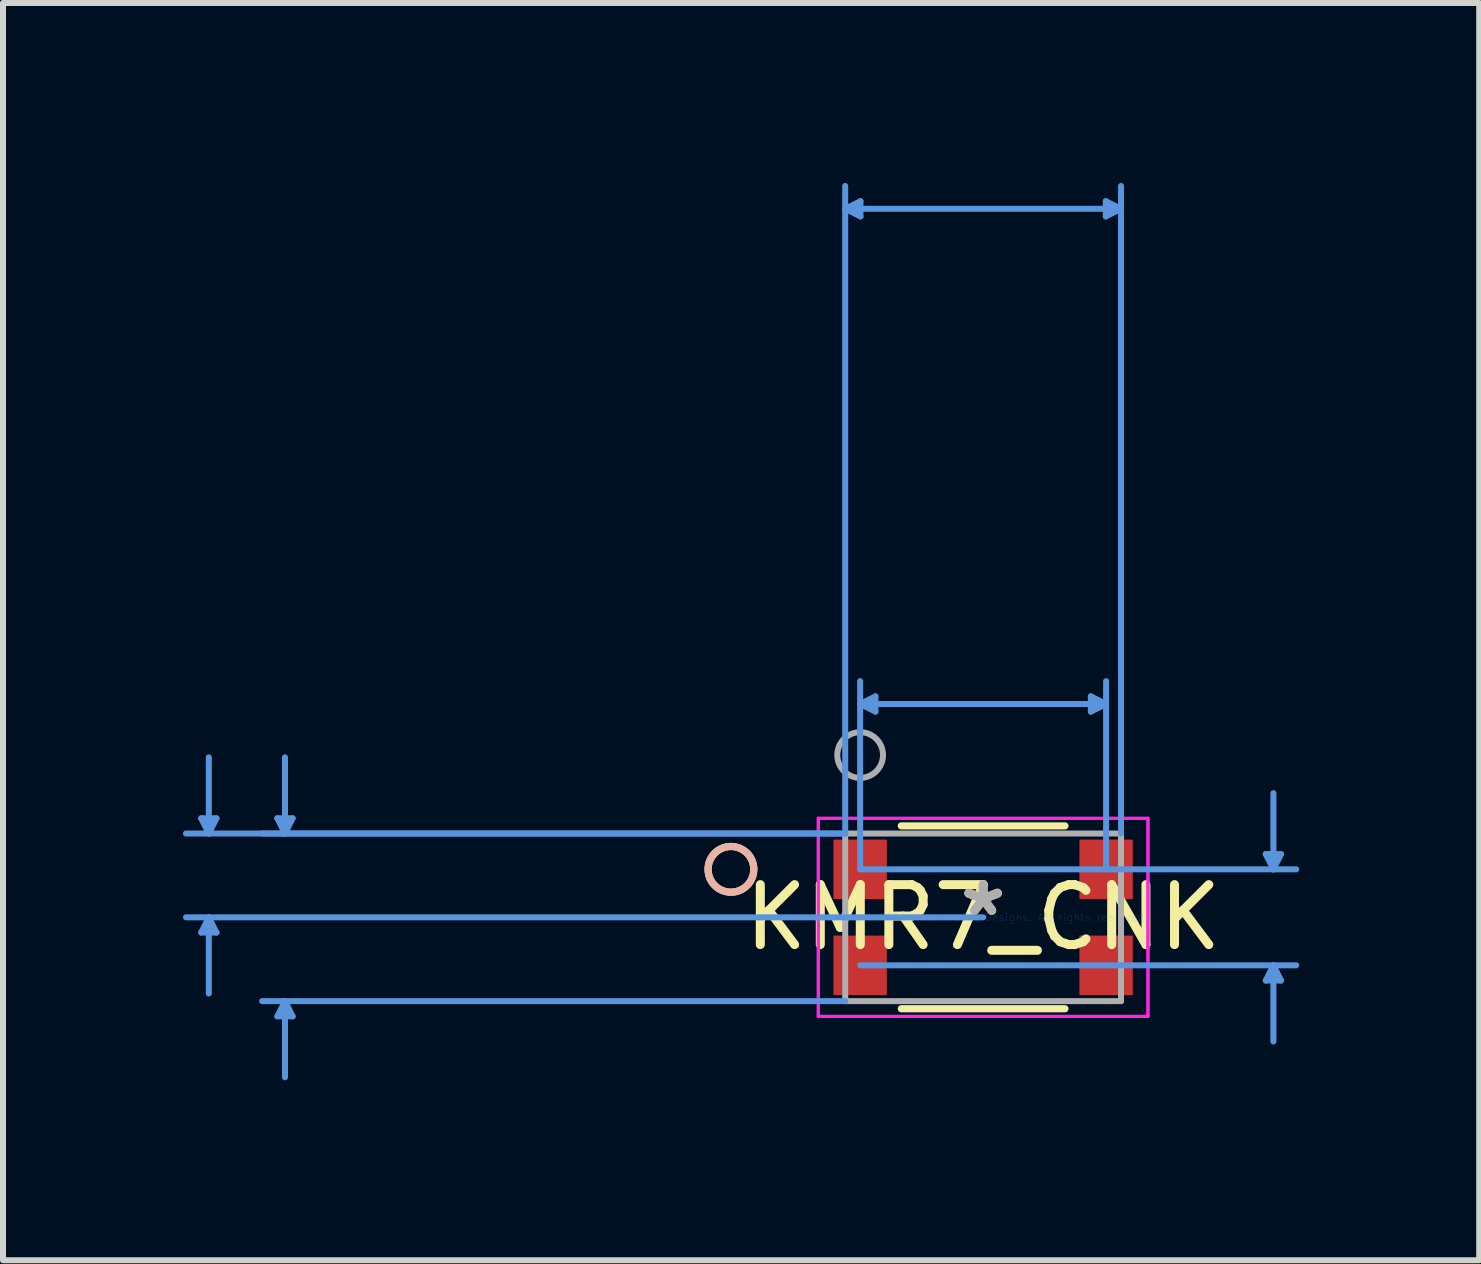
<source format=kicad_pcb>
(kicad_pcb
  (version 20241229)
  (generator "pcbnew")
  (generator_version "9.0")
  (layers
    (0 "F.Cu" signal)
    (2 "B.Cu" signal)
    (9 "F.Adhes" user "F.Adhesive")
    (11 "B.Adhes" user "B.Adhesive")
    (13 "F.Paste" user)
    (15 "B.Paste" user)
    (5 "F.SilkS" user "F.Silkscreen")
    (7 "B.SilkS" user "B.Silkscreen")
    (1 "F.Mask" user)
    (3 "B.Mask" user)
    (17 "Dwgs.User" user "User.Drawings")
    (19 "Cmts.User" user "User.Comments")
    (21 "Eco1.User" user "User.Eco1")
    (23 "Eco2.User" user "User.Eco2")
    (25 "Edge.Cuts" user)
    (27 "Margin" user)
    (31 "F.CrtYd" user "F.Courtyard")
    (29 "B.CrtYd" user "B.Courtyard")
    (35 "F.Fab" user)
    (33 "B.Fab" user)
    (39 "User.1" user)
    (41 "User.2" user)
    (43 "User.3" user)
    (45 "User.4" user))
  (footprint "KMR7_CNK"
    (layer "F.Cu")
    (at 13.339 12.242)
    (property "Reference" "KMR7_CNK" (at 0 0 0) (layer "F.SilkS") (effects (font (size 1 1) (thickness 0.15))))
    (attr through_hole)
    (fp_line (start -1.364 1.524) (end 1.364 1.524) (stroke (width 0.12) (type solid)) (layer "F.SilkS"))
    (fp_line (start 1.364 -1.524) (end -1.364 -1.524) (stroke (width 0.12) (type solid)) (layer "F.SilkS"))
    (fp_circle (center -4.204 -0.8) (end -3.823 -0.8) (stroke (width 0.12) (type solid)) (fill no) (layer "F.SilkS"))
    (fp_circle (center -4.204 -0.8) (end -3.823 -0.8) (stroke (width 0.12) (type solid)) (fill no) (layer "B.SilkS"))
    (fp_line (start -13.035 -1.651) (end -12.781 -1.651) (stroke (width 0.1) (type solid)) (layer "Cmts.User"))
    (fp_line (start -13.035 0.254) (end -12.781 0.254) (stroke (width 0.1) (type solid)) (layer "Cmts.User"))
    (fp_line (start -12.908 -1.397) (end -13.035 -1.651) (stroke (width 0.1) (type solid)) (layer "Cmts.User"))
    (fp_line (start -12.908 -1.397) (end -12.908 -2.667) (stroke (width 0.1) (type solid)) (layer "Cmts.User"))
    (fp_line (start -12.908 -1.397) (end -12.781 -1.651) (stroke (width 0.1) (type solid)) (layer "Cmts.User"))
    (fp_line (start -12.908 0) (end -13.035 0.254) (stroke (width 0.1) (type solid)) (layer "Cmts.User"))
    (fp_line (start -12.908 0) (end -12.908 1.27) (stroke (width 0.1) (type solid)) (layer "Cmts.User"))
    (fp_line (start -12.908 0) (end -12.781 0.254) (stroke (width 0.1) (type solid)) (layer "Cmts.User"))
    (fp_line (start -11.765 -1.651) (end -11.511 -1.651) (stroke (width 0.1) (type solid)) (layer "Cmts.User"))
    (fp_line (start -11.765 1.651) (end -11.511 1.651) (stroke (width 0.1) (type solid)) (layer "Cmts.User"))
    (fp_line (start -11.638 -1.397) (end -11.765 -1.651) (stroke (width 0.1) (type solid)) (layer "Cmts.User"))
    (fp_line (start -11.638 -1.397) (end -11.638 -2.667) (stroke (width 0.1) (type solid)) (layer "Cmts.User"))
    (fp_line (start -11.638 -1.397) (end -11.511 -1.651) (stroke (width 0.1) (type solid)) (layer "Cmts.User"))
    (fp_line (start -11.638 1.397) (end -11.765 1.651) (stroke (width 0.1) (type solid)) (layer "Cmts.User"))
    (fp_line (start -11.638 1.397) (end -11.638 2.667) (stroke (width 0.1) (type solid)) (layer "Cmts.User"))
    (fp_line (start -11.638 1.397) (end -11.511 1.651) (stroke (width 0.1) (type solid)) (layer "Cmts.User"))
    (fp_line (start -2.299 -11.811) (end -2.045 -11.938) (stroke (width 0.1) (type solid)) (layer "Cmts.User"))
    (fp_line (start -2.299 -11.811) (end -2.045 -11.684) (stroke (width 0.1) (type solid)) (layer "Cmts.User"))
    (fp_line (start -2.299 -11.811) (end 2.299 -11.811) (stroke (width 0.1) (type solid)) (layer "Cmts.User"))
    (fp_line (start -2.299 -1.397) (end -13.289 -1.397) (stroke (width 0.1) (type solid)) (layer "Cmts.User"))
    (fp_line (start -2.299 -1.397) (end -12.019 -1.397) (stroke (width 0.1) (type solid)) (layer "Cmts.User"))
    (fp_line (start -2.299 -1.397) (end -2.299 -12.192) (stroke (width 0.1) (type solid)) (layer "Cmts.User"))
    (fp_line (start -2.299 1.397) (end -12.019 1.397) (stroke (width 0.1) (type solid)) (layer "Cmts.User"))
    (fp_line (start -2.05 -3.556) (end -1.796 -3.683) (stroke (width 0.1) (type solid)) (layer "Cmts.User"))
    (fp_line (start -2.05 -3.556) (end -1.796 -3.429) (stroke (width 0.1) (type solid)) (layer "Cmts.User"))
    (fp_line (start -2.05 -3.556) (end 2.05 -3.556) (stroke (width 0.1) (type solid)) (layer "Cmts.User"))
    (fp_line (start -2.05 -0.8) (end -2.05 -3.937) (stroke (width 0.1) (type solid)) (layer "Cmts.User"))
    (fp_line (start -2.05 -0.8) (end 5.22 -0.8) (stroke (width 0.1) (type solid)) (layer "Cmts.User"))
    (fp_line (start -2.05 0.8) (end 5.22 0.8) (stroke (width 0.1) (type solid)) (layer "Cmts.User"))
    (fp_line (start -2.045 -11.938) (end -2.045 -11.684) (stroke (width 0.1) (type solid)) (layer "Cmts.User"))
    (fp_line (start -1.796 -3.683) (end -1.796 -3.429) (stroke (width 0.1) (type solid)) (layer "Cmts.User"))
    (fp_line (start 0 0) (end -13.289 0) (stroke (width 0.1) (type solid)) (layer "Cmts.User"))
    (fp_line (start 1.796 -3.683) (end 1.796 -3.429) (stroke (width 0.1) (type solid)) (layer "Cmts.User"))
    (fp_line (start 2.045 -11.938) (end 2.045 -11.684) (stroke (width 0.1) (type solid)) (layer "Cmts.User"))
    (fp_line (start 2.05 -3.556) (end 1.796 -3.683) (stroke (width 0.1) (type solid)) (layer "Cmts.User"))
    (fp_line (start 2.05 -3.556) (end 1.796 -3.429) (stroke (width 0.1) (type solid)) (layer "Cmts.User"))
    (fp_line (start 2.05 -0.8) (end 2.05 -3.937) (stroke (width 0.1) (type solid)) (layer "Cmts.User"))
    (fp_line (start 2.299 -11.811) (end 2.045 -11.938) (stroke (width 0.1) (type solid)) (layer "Cmts.User"))
    (fp_line (start 2.299 -11.811) (end 2.045 -11.684) (stroke (width 0.1) (type solid)) (layer "Cmts.User"))
    (fp_line (start 2.299 -1.397) (end 2.299 -12.192) (stroke (width 0.1) (type solid)) (layer "Cmts.User"))
    (fp_line (start 4.712 -1.054) (end 4.966 -1.054) (stroke (width 0.1) (type solid)) (layer "Cmts.User"))
    (fp_line (start 4.712 1.054) (end 4.966 1.054) (stroke (width 0.1) (type solid)) (layer "Cmts.User"))
    (fp_line (start 4.839 -0.8) (end 4.712 -1.054) (stroke (width 0.1) (type solid)) (layer "Cmts.User"))
    (fp_line (start 4.839 -0.8) (end 4.839 -2.07) (stroke (width 0.1) (type solid)) (layer "Cmts.User"))
    (fp_line (start 4.839 -0.8) (end 4.966 -1.054) (stroke (width 0.1) (type solid)) (layer "Cmts.User"))
    (fp_line (start 4.839 0.8) (end 4.712 1.054) (stroke (width 0.1) (type solid)) (layer "Cmts.User"))
    (fp_line (start 4.839 0.8) (end 4.839 2.07) (stroke (width 0.1) (type solid)) (layer "Cmts.User"))
    (fp_line (start 4.839 0.8) (end 4.966 1.054) (stroke (width 0.1) (type solid)) (layer "Cmts.User"))
    (fp_line (start -2.748 -1.651) (end -2.748 1.651) (stroke (width 0.05) (type solid)) (layer "F.CrtYd"))
    (fp_line (start -2.748 -1.651) (end -2.748 1.651) (stroke (width 0.05) (type solid)) (layer "F.CrtYd"))
    (fp_line (start -2.748 1.651) (end 2.748 1.651) (stroke (width 0.05) (type solid)) (layer "F.CrtYd"))
    (fp_line (start -2.748 1.651) (end 2.748 1.651) (stroke (width 0.05) (type solid)) (layer "F.CrtYd"))
    (fp_line (start 2.748 -1.651) (end -2.748 -1.651) (stroke (width 0.05) (type solid)) (layer "F.CrtYd"))
    (fp_line (start 2.748 -1.651) (end -2.748 -1.651) (stroke (width 0.05) (type solid)) (layer "F.CrtYd"))
    (fp_line (start 2.748 1.651) (end 2.748 -1.651) (stroke (width 0.05) (type solid)) (layer "F.CrtYd"))
    (fp_line (start 2.748 1.651) (end 2.748 -1.651) (stroke (width 0.05) (type solid)) (layer "F.CrtYd"))
    (fp_line (start -2.299 -1.397) (end -2.299 1.397) (stroke (width 0.1) (type solid)) (layer "F.Fab"))
    (fp_line (start -2.299 1.397) (end 2.299 1.397) (stroke (width 0.1) (type solid)) (layer "F.Fab"))
    (fp_line (start 2.299 -1.397) (end -2.299 -1.397) (stroke (width 0.1) (type solid)) (layer "F.Fab"))
    (fp_line (start 2.299 1.397) (end 2.299 -1.397) (stroke (width 0.1) (type solid)) (layer "F.Fab"))
    (fp_circle (center -2.05 -2.705) (end -1.669 -2.705) (stroke (width 0.1) (type solid)) (fill no) (layer "F.Fab"))
    (fp_text user "*" (at 0 0 0) (layer "F.SilkS") (effects (font (size 1 1) (thickness 0.15))))
    (fp_text user "Copyright 2021 Accelerated Designs. All rights reserved." (at 0 0 0) (layer "Cmts.User") (effects (font (size 0.127 0.127) (thickness 0.002))))
    (fp_text user "*" (at 0 0 0) (layer "F.Fab") (effects (font (size 1 1) (thickness 0.15))))
    (pad "1" smd rect (at -2.05 -0.8) (size 0.889 0.991) (layers "F.Cu" "F.Mask" "F.Paste"))
    (pad "2" smd rect (at 2.05 -0.8) (size 0.889 0.991) (layers "F.Cu" "F.Mask" "F.Paste"))
    (pad "3" smd rect (at -2.05 0.8) (size 0.889 0.991) (layers "F.Cu" "F.Mask" "F.Paste"))
    (pad "4" smd rect (at 2.05 0.8) (size 0.889 0.991) (layers "F.Cu" "F.Mask" "F.Paste")))
  (gr_rect
    (start -3 -3)
    (end 21.609 17.959)
    (stroke (width 0.1) (type default))
    (fill no)
    (layer "Edge.Cuts")))
</source>
